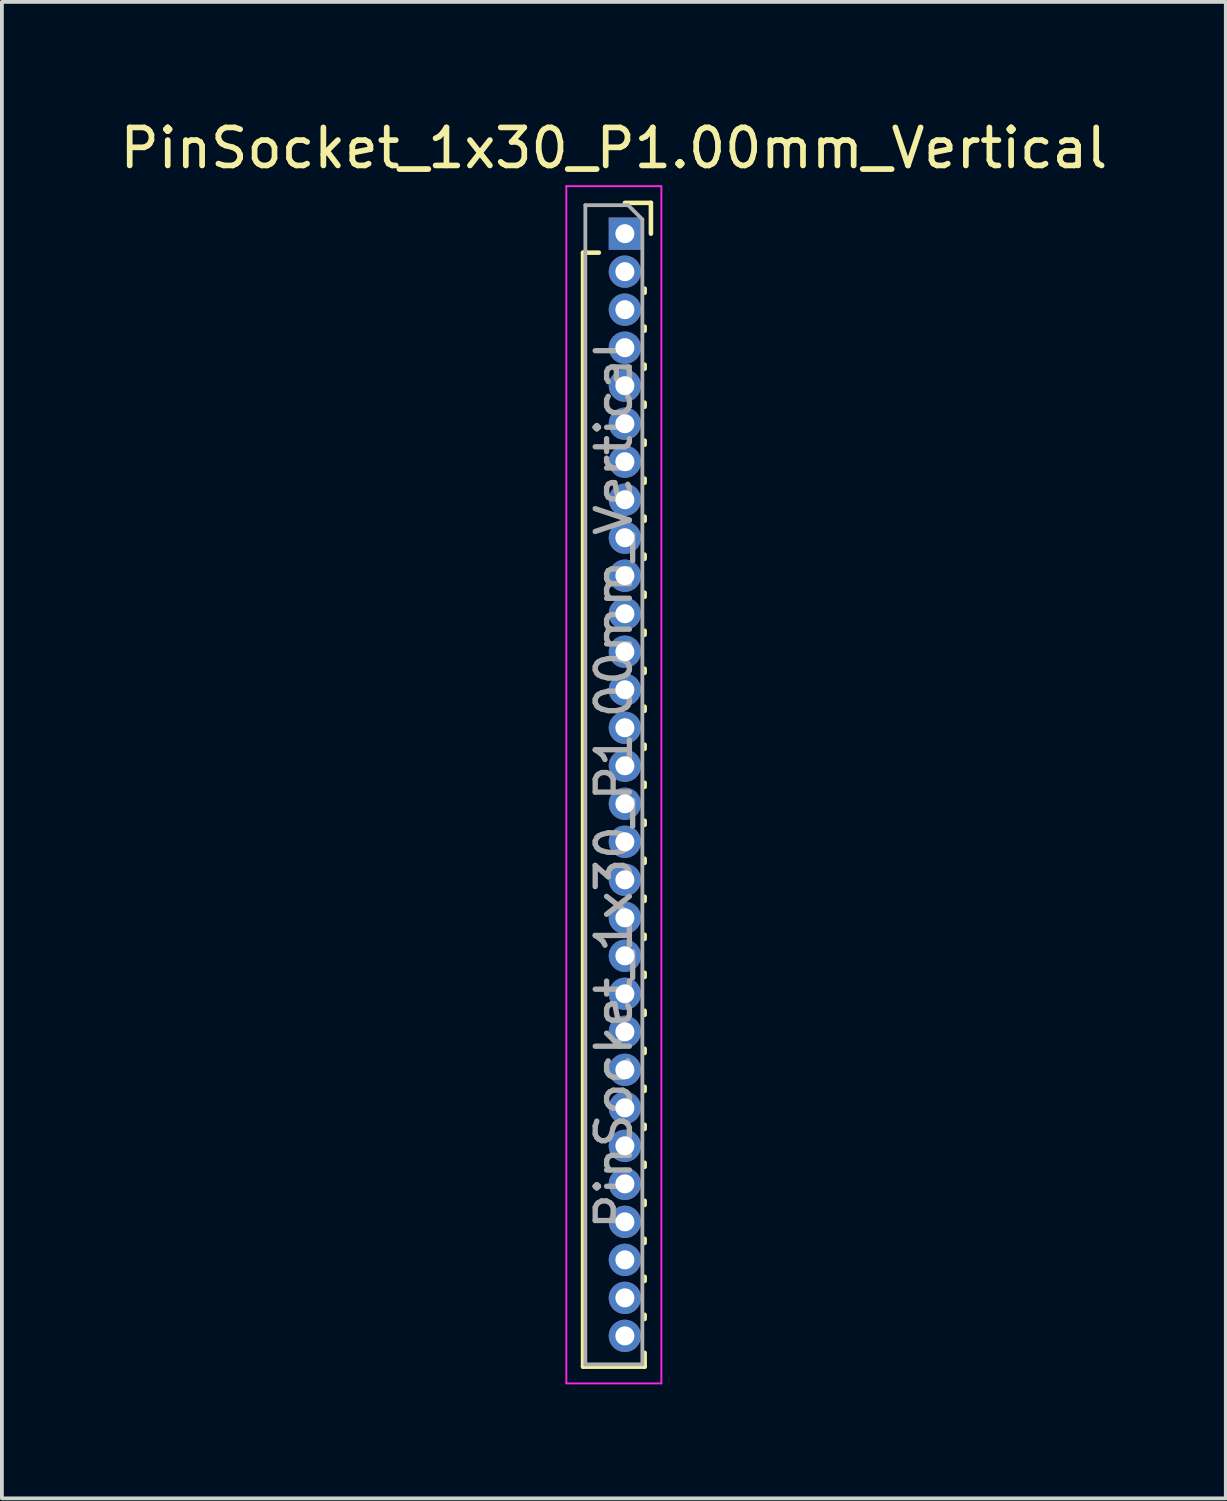
<source format=kicad_pcb>
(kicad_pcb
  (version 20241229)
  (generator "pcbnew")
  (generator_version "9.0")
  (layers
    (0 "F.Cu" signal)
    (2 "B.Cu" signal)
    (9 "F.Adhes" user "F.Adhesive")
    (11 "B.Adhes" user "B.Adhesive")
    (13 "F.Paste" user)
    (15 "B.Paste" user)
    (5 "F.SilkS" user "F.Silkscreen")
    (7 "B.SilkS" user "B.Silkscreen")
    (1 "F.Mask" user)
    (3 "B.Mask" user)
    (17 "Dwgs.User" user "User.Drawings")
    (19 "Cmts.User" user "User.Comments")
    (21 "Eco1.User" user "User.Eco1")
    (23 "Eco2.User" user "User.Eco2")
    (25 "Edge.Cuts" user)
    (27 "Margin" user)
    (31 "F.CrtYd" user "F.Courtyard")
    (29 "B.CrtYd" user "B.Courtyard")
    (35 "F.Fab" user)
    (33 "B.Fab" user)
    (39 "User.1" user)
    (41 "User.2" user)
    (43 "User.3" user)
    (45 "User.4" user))
  (footprint "PinSocket_1x30_P1.00mm_Vertical"
    (layer "F.Cu")
    (at 13.391 3.098)
    (property "Reference" "PinSocket_1x30_P1.00mm_Vertical" (at -0.29 -2.25 0) (layer "F.SilkS") (effects (font (size 1 1) (thickness 0.15))))
    (attr through_hole)
    (fp_line (start -1.1 0.5) (end -1.1 29.81) (stroke (width 0.12) (type solid)) (layer "F.SilkS"))
    (fp_line (start -1.1 0.5) (end -0.685 0.5) (stroke (width 0.12) (type solid)) (layer "F.SilkS"))
    (fp_line (start -1.1 29.81) (end 0.52 29.81) (stroke (width 0.12) (type solid)) (layer "F.SilkS"))
    (fp_line (start 0 -0.81) (end 0.685 -0.81) (stroke (width 0.12) (type solid)) (layer "F.SilkS"))
    (fp_line (start 0.52 1.446) (end 0.52 1.554) (stroke (width 0.12) (type solid)) (layer "F.SilkS"))
    (fp_line (start 0.52 2.446) (end 0.52 2.554) (stroke (width 0.12) (type solid)) (layer "F.SilkS"))
    (fp_line (start 0.52 3.446) (end 0.52 3.554) (stroke (width 0.12) (type solid)) (layer "F.SilkS"))
    (fp_line (start 0.52 4.446) (end 0.52 4.554) (stroke (width 0.12) (type solid)) (layer "F.SilkS"))
    (fp_line (start 0.52 5.446) (end 0.52 5.554) (stroke (width 0.12) (type solid)) (layer "F.SilkS"))
    (fp_line (start 0.52 6.446) (end 0.52 6.554) (stroke (width 0.12) (type solid)) (layer "F.SilkS"))
    (fp_line (start 0.52 7.446) (end 0.52 7.554) (stroke (width 0.12) (type solid)) (layer "F.SilkS"))
    (fp_line (start 0.52 8.446) (end 0.52 8.554) (stroke (width 0.12) (type solid)) (layer "F.SilkS"))
    (fp_line (start 0.52 9.446) (end 0.52 9.554) (stroke (width 0.12) (type solid)) (layer "F.SilkS"))
    (fp_line (start 0.52 10.446) (end 0.52 10.554) (stroke (width 0.12) (type solid)) (layer "F.SilkS"))
    (fp_line (start 0.52 11.446) (end 0.52 11.554) (stroke (width 0.12) (type solid)) (layer "F.SilkS"))
    (fp_line (start 0.52 12.446) (end 0.52 12.554) (stroke (width 0.12) (type solid)) (layer "F.SilkS"))
    (fp_line (start 0.52 13.446) (end 0.52 13.554) (stroke (width 0.12) (type solid)) (layer "F.SilkS"))
    (fp_line (start 0.52 14.446) (end 0.52 14.554) (stroke (width 0.12) (type solid)) (layer "F.SilkS"))
    (fp_line (start 0.52 15.446) (end 0.52 15.554) (stroke (width 0.12) (type solid)) (layer "F.SilkS"))
    (fp_line (start 0.52 16.446) (end 0.52 16.554) (stroke (width 0.12) (type solid)) (layer "F.SilkS"))
    (fp_line (start 0.52 17.446) (end 0.52 17.554) (stroke (width 0.12) (type solid)) (layer "F.SilkS"))
    (fp_line (start 0.52 18.446) (end 0.52 18.554) (stroke (width 0.12) (type solid)) (layer "F.SilkS"))
    (fp_line (start 0.52 19.446) (end 0.52 19.554) (stroke (width 0.12) (type solid)) (layer "F.SilkS"))
    (fp_line (start 0.52 20.446) (end 0.52 20.554) (stroke (width 0.12) (type solid)) (layer "F.SilkS"))
    (fp_line (start 0.52 21.446) (end 0.52 21.554) (stroke (width 0.12) (type solid)) (layer "F.SilkS"))
    (fp_line (start 0.52 22.446) (end 0.52 22.554) (stroke (width 0.12) (type solid)) (layer "F.SilkS"))
    (fp_line (start 0.52 23.446) (end 0.52 23.554) (stroke (width 0.12) (type solid)) (layer "F.SilkS"))
    (fp_line (start 0.52 24.446) (end 0.52 24.554) (stroke (width 0.12) (type solid)) (layer "F.SilkS"))
    (fp_line (start 0.52 25.446) (end 0.52 25.554) (stroke (width 0.12) (type solid)) (layer "F.SilkS"))
    (fp_line (start 0.52 26.446) (end 0.52 26.554) (stroke (width 0.12) (type solid)) (layer "F.SilkS"))
    (fp_line (start 0.52 27.446) (end 0.52 27.554) (stroke (width 0.12) (type solid)) (layer "F.SilkS"))
    (fp_line (start 0.52 28.446) (end 0.52 28.554) (stroke (width 0.12) (type solid)) (layer "F.SilkS"))
    (fp_line (start 0.52 29.446) (end 0.52 29.81) (stroke (width 0.12) (type solid)) (layer "F.SilkS"))
    (fp_line (start 0.685 -0.81) (end 0.685 0) (stroke (width 0.12) (type solid)) (layer "F.SilkS"))
    (fp_line (start -1.54 -1.25) (end 0.96 -1.25) (stroke (width 0.05) (type solid)) (layer "F.CrtYd"))
    (fp_line (start -1.54 30.25) (end -1.54 -1.25) (stroke (width 0.05) (type solid)) (layer "F.CrtYd"))
    (fp_line (start 0.96 -1.25) (end 0.96 30.25) (stroke (width 0.05) (type solid)) (layer "F.CrtYd"))
    (fp_line (start 0.96 30.25) (end -1.54 30.25) (stroke (width 0.05) (type solid)) (layer "F.CrtYd"))
    (fp_line (start -1.04 -0.75) (end 0.085 -0.75) (stroke (width 0.1) (type solid)) (layer "F.Fab"))
    (fp_line (start -1.04 29.75) (end -1.04 -0.75) (stroke (width 0.1) (type solid)) (layer "F.Fab"))
    (fp_line (start 0.085 -0.75) (end 0.46 -0.375) (stroke (width 0.1) (type solid)) (layer "F.Fab"))
    (fp_line (start 0.46 -0.375) (end 0.46 29.75) (stroke (width 0.1) (type solid)) (layer "F.Fab"))
    (fp_line (start 0.46 29.75) (end -1.04 29.75) (stroke (width 0.1) (type solid)) (layer "F.Fab"))
    (fp_text user "${REFERENCE}" (at -0.29 14.5 90) (layer "F.Fab") (effects (font (size 0.9 0.9) (thickness 0.14))))
    (pad "1" thru_hole rect (at 0 0) (size 0.85 0.85) (drill 0.5) (layers "*.Cu" "*.Mask"))
    (pad "2" thru_hole oval (at 0 1) (size 0.85 0.85) (drill 0.5) (layers "*.Cu" "*.Mask"))
    (pad "3" thru_hole oval (at 0 2) (size 0.85 0.85) (drill 0.5) (layers "*.Cu" "*.Mask"))
    (pad "4" thru_hole oval (at 0 3) (size 0.85 0.85) (drill 0.5) (layers "*.Cu" "*.Mask"))
    (pad "5" thru_hole oval (at 0 4) (size 0.85 0.85) (drill 0.5) (layers "*.Cu" "*.Mask"))
    (pad "6" thru_hole oval (at 0 5) (size 0.85 0.85) (drill 0.5) (layers "*.Cu" "*.Mask"))
    (pad "7" thru_hole oval (at 0 6) (size 0.85 0.85) (drill 0.5) (layers "*.Cu" "*.Mask"))
    (pad "8" thru_hole oval (at 0 7) (size 0.85 0.85) (drill 0.5) (layers "*.Cu" "*.Mask"))
    (pad "9" thru_hole oval (at 0 8) (size 0.85 0.85) (drill 0.5) (layers "*.Cu" "*.Mask"))
    (pad "10" thru_hole oval (at 0 9) (size 0.85 0.85) (drill 0.5) (layers "*.Cu" "*.Mask"))
    (pad "11" thru_hole oval (at 0 10) (size 0.85 0.85) (drill 0.5) (layers "*.Cu" "*.Mask"))
    (pad "12" thru_hole oval (at 0 11) (size 0.85 0.85) (drill 0.5) (layers "*.Cu" "*.Mask"))
    (pad "13" thru_hole oval (at 0 12) (size 0.85 0.85) (drill 0.5) (layers "*.Cu" "*.Mask"))
    (pad "14" thru_hole oval (at 0 13) (size 0.85 0.85) (drill 0.5) (layers "*.Cu" "*.Mask"))
    (pad "15" thru_hole oval (at 0 14) (size 0.85 0.85) (drill 0.5) (layers "*.Cu" "*.Mask"))
    (pad "16" thru_hole oval (at 0 15) (size 0.85 0.85) (drill 0.5) (layers "*.Cu" "*.Mask"))
    (pad "17" thru_hole oval (at 0 16) (size 0.85 0.85) (drill 0.5) (layers "*.Cu" "*.Mask"))
    (pad "18" thru_hole oval (at 0 17) (size 0.85 0.85) (drill 0.5) (layers "*.Cu" "*.Mask"))
    (pad "19" thru_hole oval (at 0 18) (size 0.85 0.85) (drill 0.5) (layers "*.Cu" "*.Mask"))
    (pad "20" thru_hole oval (at 0 19) (size 0.85 0.85) (drill 0.5) (layers "*.Cu" "*.Mask"))
    (pad "21" thru_hole oval (at 0 20) (size 0.85 0.85) (drill 0.5) (layers "*.Cu" "*.Mask"))
    (pad "22" thru_hole oval (at 0 21) (size 0.85 0.85) (drill 0.5) (layers "*.Cu" "*.Mask"))
    (pad "23" thru_hole oval (at 0 22) (size 0.85 0.85) (drill 0.5) (layers "*.Cu" "*.Mask"))
    (pad "24" thru_hole oval (at 0 23) (size 0.85 0.85) (drill 0.5) (layers "*.Cu" "*.Mask"))
    (pad "25" thru_hole oval (at 0 24) (size 0.85 0.85) (drill 0.5) (layers "*.Cu" "*.Mask"))
    (pad "26" thru_hole oval (at 0 25) (size 0.85 0.85) (drill 0.5) (layers "*.Cu" "*.Mask"))
    (pad "27" thru_hole oval (at 0 26) (size 0.85 0.85) (drill 0.5) (layers "*.Cu" "*.Mask"))
    (pad "28" thru_hole oval (at 0 27) (size 0.85 0.85) (drill 0.5) (layers "*.Cu" "*.Mask"))
    (pad "29" thru_hole oval (at 0 28) (size 0.85 0.85) (drill 0.5) (layers "*.Cu" "*.Mask"))
    (pad "30" thru_hole oval (at 0 29) (size 0.85 0.85) (drill 0.5) (layers "*.Cu" "*.Mask")))
  (gr_rect
    (start -3 -3)
    (end 29.202 36.373)
    (stroke (width 0.1) (type default))
    (fill no)
    (layer "Edge.Cuts")))
</source>
